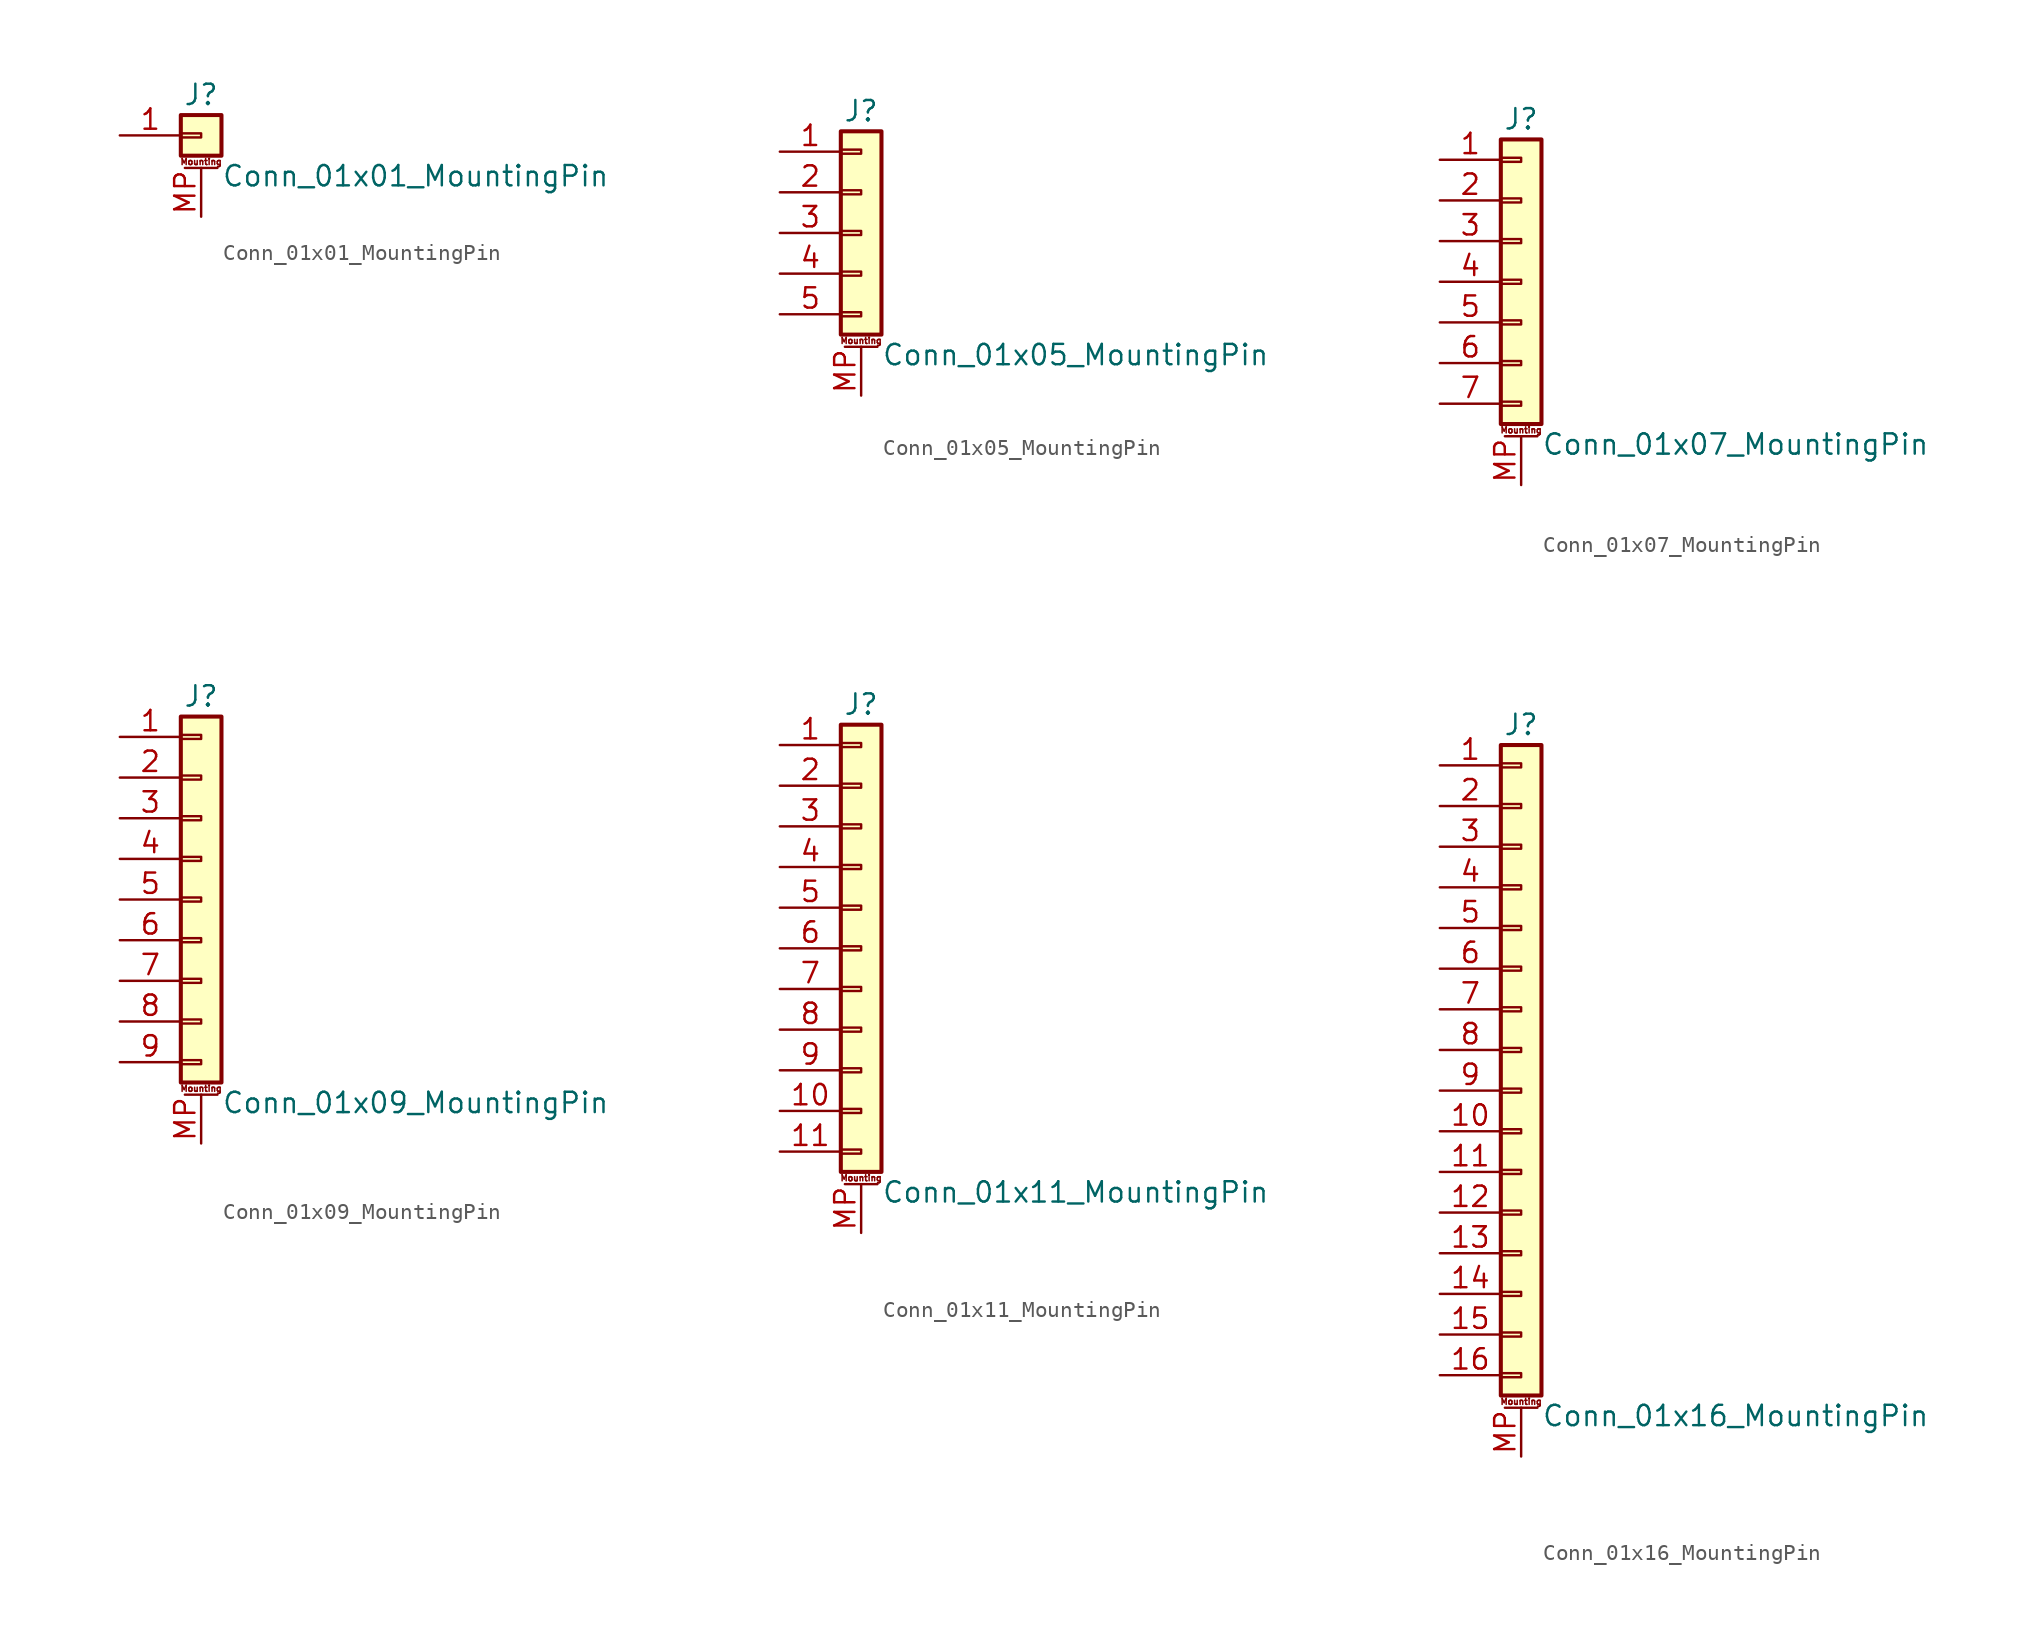
<source format=kicad_sym>
(kicad_symbol_lib
  (version 20220914)
  (generator kicad_symbol_editor)
  (symbol "Conn_01x01_MountingPin"
    (pin_names
      (offset 1.016) hide)
    (property "Reference" "J"
      (at 0 2.54 0)
      (effects (font (size 1.27 1.27))))
    (property "Value" "Conn_01x01_MountingPin"
      (at 1.27 -2.54 0)
      (effects (font (size 1.27 1.27)) (justify left)))
    (symbol "Conn_01x01_MountingPin_1_1"
      (rectangle (start -1.27 0.127) (end 0 -0.127) (stroke (width 0.152) (type default)) (fill (type none)))
      (rectangle (start -1.27 1.27) (end 1.27 -1.27) (stroke (width 0.254) (type default)) (fill (type background)))
      (polyline (pts (xy -1.016 -2.032) (xy 1.016 -2.032)) (stroke (width 0.152) (type default)) (fill (type none)))
      (text "Mounting" (at 0 -1.651 0) (effects (font (size 0.381 0.381))))
      (pin passive line (at -5.08 0 0) (length 3.81) (name "Pin_1" (effects (font (size 1.27 1.27)))) (number "1" (effects (font (size 1.27 1.27)))))
      (pin passive line (at 0 -5.08 90) (length 3.048) (name "MountPin" (effects (font (size 1.27 1.27)))) (number "MP" (effects (font (size 1.27 1.27)))))))
  (symbol "Conn_01x05_MountingPin"
    (pin_names
      (offset 1.016) hide)
    (property "Reference" "J"
      (at 0 7.62 0)
      (effects (font (size 1.27 1.27))))
    (property "Value" "Conn_01x05_MountingPin"
      (at 1.27 -7.62 0)
      (effects (font (size 1.27 1.27)) (justify left)))
    (symbol "Conn_01x05_MountingPin_1_1"
      (rectangle (start -1.27 -4.953) (end 0 -5.207) (stroke (width 0.152) (type default)) (fill (type none)))
      (rectangle (start -1.27 -2.413) (end 0 -2.667) (stroke (width 0.152) (type default)) (fill (type none)))
      (rectangle (start -1.27 0.127) (end 0 -0.127) (stroke (width 0.152) (type default)) (fill (type none)))
      (rectangle (start -1.27 2.667) (end 0 2.413) (stroke (width 0.152) (type default)) (fill (type none)))
      (rectangle (start -1.27 5.207) (end 0 4.953) (stroke (width 0.152) (type default)) (fill (type none)))
      (rectangle (start -1.27 6.35) (end 1.27 -6.35) (stroke (width 0.254) (type default)) (fill (type background)))
      (polyline (pts (xy -1.016 -7.112) (xy 1.016 -7.112)) (stroke (width 0.152) (type default)) (fill (type none)))
      (text "Mounting" (at 0 -6.731 0) (effects (font (size 0.381 0.381))))
      (pin passive line (at -5.08 5.08 0) (length 3.81) (name "Pin_1" (effects (font (size 1.27 1.27)))) (number "1" (effects (font (size 1.27 1.27)))))
      (pin passive line (at -5.08 2.54 0) (length 3.81) (name "Pin_2" (effects (font (size 1.27 1.27)))) (number "2" (effects (font (size 1.27 1.27)))))
      (pin passive line (at -5.08 0 0) (length 3.81) (name "Pin_3" (effects (font (size 1.27 1.27)))) (number "3" (effects (font (size 1.27 1.27)))))
      (pin passive line (at -5.08 -2.54 0) (length 3.81) (name "Pin_4" (effects (font (size 1.27 1.27)))) (number "4" (effects (font (size 1.27 1.27)))))
      (pin passive line (at -5.08 -5.08 0) (length 3.81) (name "Pin_5" (effects (font (size 1.27 1.27)))) (number "5" (effects (font (size 1.27 1.27)))))
      (pin passive line (at 0 -10.16 90) (length 3.048) (name "MountPin" (effects (font (size 1.27 1.27)))) (number "MP" (effects (font (size 1.27 1.27)))))))
  (symbol "Conn_01x07_MountingPin"
    (pin_names
      (offset 1.016) hide)
    (property "Reference" "J"
      (at 0 10.16 0)
      (effects (font (size 1.27 1.27))))
    (property "Value" "Conn_01x07_MountingPin"
      (at 1.27 -10.16 0)
      (effects (font (size 1.27 1.27)) (justify left)))
    (symbol "Conn_01x07_MountingPin_1_1"
      (rectangle (start -1.27 -7.493) (end 0 -7.747) (stroke (width 0.152) (type default)) (fill (type none)))
      (rectangle (start -1.27 -4.953) (end 0 -5.207) (stroke (width 0.152) (type default)) (fill (type none)))
      (rectangle (start -1.27 -2.413) (end 0 -2.667) (stroke (width 0.152) (type default)) (fill (type none)))
      (rectangle (start -1.27 0.127) (end 0 -0.127) (stroke (width 0.152) (type default)) (fill (type none)))
      (rectangle (start -1.27 2.667) (end 0 2.413) (stroke (width 0.152) (type default)) (fill (type none)))
      (rectangle (start -1.27 5.207) (end 0 4.953) (stroke (width 0.152) (type default)) (fill (type none)))
      (rectangle (start -1.27 7.747) (end 0 7.493) (stroke (width 0.152) (type default)) (fill (type none)))
      (rectangle (start -1.27 8.89) (end 1.27 -8.89) (stroke (width 0.254) (type default)) (fill (type background)))
      (polyline (pts (xy -1.016 -9.652) (xy 1.016 -9.652)) (stroke (width 0.152) (type default)) (fill (type none)))
      (text "Mounting" (at 0 -9.271 0) (effects (font (size 0.381 0.381))))
      (pin passive line (at -5.08 7.62 0) (length 3.81) (name "Pin_1" (effects (font (size 1.27 1.27)))) (number "1" (effects (font (size 1.27 1.27)))))
      (pin passive line (at -5.08 5.08 0) (length 3.81) (name "Pin_2" (effects (font (size 1.27 1.27)))) (number "2" (effects (font (size 1.27 1.27)))))
      (pin passive line (at -5.08 2.54 0) (length 3.81) (name "Pin_3" (effects (font (size 1.27 1.27)))) (number "3" (effects (font (size 1.27 1.27)))))
      (pin passive line (at -5.08 0 0) (length 3.81) (name "Pin_4" (effects (font (size 1.27 1.27)))) (number "4" (effects (font (size 1.27 1.27)))))
      (pin passive line (at -5.08 -2.54 0) (length 3.81) (name "Pin_5" (effects (font (size 1.27 1.27)))) (number "5" (effects (font (size 1.27 1.27)))))
      (pin passive line (at -5.08 -5.08 0) (length 3.81) (name "Pin_6" (effects (font (size 1.27 1.27)))) (number "6" (effects (font (size 1.27 1.27)))))
      (pin passive line (at -5.08 -7.62 0) (length 3.81) (name "Pin_7" (effects (font (size 1.27 1.27)))) (number "7" (effects (font (size 1.27 1.27)))))
      (pin passive line (at 0 -12.7 90) (length 3.048) (name "MountPin" (effects (font (size 1.27 1.27)))) (number "MP" (effects (font (size 1.27 1.27)))))))
  (symbol "Conn_01x09_MountingPin"
    (pin_names
      (offset 1.016) hide)
    (property "Reference" "J"
      (at 0 12.7 0)
      (effects (font (size 1.27 1.27))))
    (property "Value" "Conn_01x09_MountingPin"
      (at 1.27 -12.7 0)
      (effects (font (size 1.27 1.27)) (justify left)))
    (symbol "Conn_01x09_MountingPin_1_1"
      (rectangle (start -1.27 -10.033) (end 0 -10.287) (stroke (width 0.152) (type default)) (fill (type none)))
      (rectangle (start -1.27 -7.493) (end 0 -7.747) (stroke (width 0.152) (type default)) (fill (type none)))
      (rectangle (start -1.27 -4.953) (end 0 -5.207) (stroke (width 0.152) (type default)) (fill (type none)))
      (rectangle (start -1.27 -2.413) (end 0 -2.667) (stroke (width 0.152) (type default)) (fill (type none)))
      (rectangle (start -1.27 0.127) (end 0 -0.127) (stroke (width 0.152) (type default)) (fill (type none)))
      (rectangle (start -1.27 2.667) (end 0 2.413) (stroke (width 0.152) (type default)) (fill (type none)))
      (rectangle (start -1.27 5.207) (end 0 4.953) (stroke (width 0.152) (type default)) (fill (type none)))
      (rectangle (start -1.27 7.747) (end 0 7.493) (stroke (width 0.152) (type default)) (fill (type none)))
      (rectangle (start -1.27 10.287) (end 0 10.033) (stroke (width 0.152) (type default)) (fill (type none)))
      (rectangle (start -1.27 11.43) (end 1.27 -11.43) (stroke (width 0.254) (type default)) (fill (type background)))
      (polyline (pts (xy -1.016 -12.192) (xy 1.016 -12.192)) (stroke (width 0.152) (type default)) (fill (type none)))
      (text "Mounting" (at 0 -11.811 0) (effects (font (size 0.381 0.381))))
      (pin passive line (at -5.08 10.16 0) (length 3.81) (name "Pin_1" (effects (font (size 1.27 1.27)))) (number "1" (effects (font (size 1.27 1.27)))))
      (pin passive line (at -5.08 7.62 0) (length 3.81) (name "Pin_2" (effects (font (size 1.27 1.27)))) (number "2" (effects (font (size 1.27 1.27)))))
      (pin passive line (at -5.08 5.08 0) (length 3.81) (name "Pin_3" (effects (font (size 1.27 1.27)))) (number "3" (effects (font (size 1.27 1.27)))))
      (pin passive line (at -5.08 2.54 0) (length 3.81) (name "Pin_4" (effects (font (size 1.27 1.27)))) (number "4" (effects (font (size 1.27 1.27)))))
      (pin passive line (at -5.08 0 0) (length 3.81) (name "Pin_5" (effects (font (size 1.27 1.27)))) (number "5" (effects (font (size 1.27 1.27)))))
      (pin passive line (at -5.08 -2.54 0) (length 3.81) (name "Pin_6" (effects (font (size 1.27 1.27)))) (number "6" (effects (font (size 1.27 1.27)))))
      (pin passive line (at -5.08 -5.08 0) (length 3.81) (name "Pin_7" (effects (font (size 1.27 1.27)))) (number "7" (effects (font (size 1.27 1.27)))))
      (pin passive line (at -5.08 -7.62 0) (length 3.81) (name "Pin_8" (effects (font (size 1.27 1.27)))) (number "8" (effects (font (size 1.27 1.27)))))
      (pin passive line (at -5.08 -10.16 0) (length 3.81) (name "Pin_9" (effects (font (size 1.27 1.27)))) (number "9" (effects (font (size 1.27 1.27)))))
      (pin passive line (at 0 -15.24 90) (length 3.048) (name "MountPin" (effects (font (size 1.27 1.27)))) (number "MP" (effects (font (size 1.27 1.27)))))))
  (symbol "Conn_01x11_MountingPin"
    (pin_names
      (offset 1.016) hide)
    (property "Reference" "J"
      (at 0 15.24 0)
      (effects (font (size 1.27 1.27))))
    (property "Value" "Conn_01x11_MountingPin"
      (at 1.27 -15.24 0)
      (effects (font (size 1.27 1.27)) (justify left)))
    (symbol "Conn_01x11_MountingPin_1_1"
      (rectangle (start -1.27 -12.573) (end 0 -12.827) (stroke (width 0.152) (type default)) (fill (type none)))
      (rectangle (start -1.27 -10.033) (end 0 -10.287) (stroke (width 0.152) (type default)) (fill (type none)))
      (rectangle (start -1.27 -7.493) (end 0 -7.747) (stroke (width 0.152) (type default)) (fill (type none)))
      (rectangle (start -1.27 -4.953) (end 0 -5.207) (stroke (width 0.152) (type default)) (fill (type none)))
      (rectangle (start -1.27 -2.413) (end 0 -2.667) (stroke (width 0.152) (type default)) (fill (type none)))
      (rectangle (start -1.27 0.127) (end 0 -0.127) (stroke (width 0.152) (type default)) (fill (type none)))
      (rectangle (start -1.27 2.667) (end 0 2.413) (stroke (width 0.152) (type default)) (fill (type none)))
      (rectangle (start -1.27 5.207) (end 0 4.953) (stroke (width 0.152) (type default)) (fill (type none)))
      (rectangle (start -1.27 7.747) (end 0 7.493) (stroke (width 0.152) (type default)) (fill (type none)))
      (rectangle (start -1.27 10.287) (end 0 10.033) (stroke (width 0.152) (type default)) (fill (type none)))
      (rectangle (start -1.27 12.827) (end 0 12.573) (stroke (width 0.152) (type default)) (fill (type none)))
      (rectangle (start -1.27 13.97) (end 1.27 -13.97) (stroke (width 0.254) (type default)) (fill (type background)))
      (polyline (pts (xy -1.016 -14.732) (xy 1.016 -14.732)) (stroke (width 0.152) (type default)) (fill (type none)))
      (text "Mounting" (at 0 -14.351 0) (effects (font (size 0.381 0.381))))
      (pin passive line (at -5.08 12.7 0) (length 3.81) (name "Pin_1" (effects (font (size 1.27 1.27)))) (number "1" (effects (font (size 1.27 1.27)))))
      (pin passive line (at -5.08 -10.16 0) (length 3.81) (name "Pin_10" (effects (font (size 1.27 1.27)))) (number "10" (effects (font (size 1.27 1.27)))))
      (pin passive line (at -5.08 -12.7 0) (length 3.81) (name "Pin_11" (effects (font (size 1.27 1.27)))) (number "11" (effects (font (size 1.27 1.27)))))
      (pin passive line (at -5.08 10.16 0) (length 3.81) (name "Pin_2" (effects (font (size 1.27 1.27)))) (number "2" (effects (font (size 1.27 1.27)))))
      (pin passive line (at -5.08 7.62 0) (length 3.81) (name "Pin_3" (effects (font (size 1.27 1.27)))) (number "3" (effects (font (size 1.27 1.27)))))
      (pin passive line (at -5.08 5.08 0) (length 3.81) (name "Pin_4" (effects (font (size 1.27 1.27)))) (number "4" (effects (font (size 1.27 1.27)))))
      (pin passive line (at -5.08 2.54 0) (length 3.81) (name "Pin_5" (effects (font (size 1.27 1.27)))) (number "5" (effects (font (size 1.27 1.27)))))
      (pin passive line (at -5.08 0 0) (length 3.81) (name "Pin_6" (effects (font (size 1.27 1.27)))) (number "6" (effects (font (size 1.27 1.27)))))
      (pin passive line (at -5.08 -2.54 0) (length 3.81) (name "Pin_7" (effects (font (size 1.27 1.27)))) (number "7" (effects (font (size 1.27 1.27)))))
      (pin passive line (at -5.08 -5.08 0) (length 3.81) (name "Pin_8" (effects (font (size 1.27 1.27)))) (number "8" (effects (font (size 1.27 1.27)))))
      (pin passive line (at -5.08 -7.62 0) (length 3.81) (name "Pin_9" (effects (font (size 1.27 1.27)))) (number "9" (effects (font (size 1.27 1.27)))))
      (pin passive line (at 0 -17.78 90) (length 3.048) (name "MountPin" (effects (font (size 1.27 1.27)))) (number "MP" (effects (font (size 1.27 1.27)))))))
  (symbol "Conn_01x16_MountingPin"
    (pin_names
      (offset 1.016) hide)
    (property "Reference" "J"
      (at 0 20.32 0)
      (effects (font (size 1.27 1.27))))
    (property "Value" "Conn_01x16_MountingPin"
      (at 1.27 -22.86 0)
      (effects (font (size 1.27 1.27)) (justify left)))
    (symbol "Conn_01x16_MountingPin_1_1"
      (rectangle (start -1.27 -20.193) (end 0 -20.447) (stroke (width 0.152) (type default)) (fill (type none)))
      (rectangle (start -1.27 -17.653) (end 0 -17.907) (stroke (width 0.152) (type default)) (fill (type none)))
      (rectangle (start -1.27 -15.113) (end 0 -15.367) (stroke (width 0.152) (type default)) (fill (type none)))
      (rectangle (start -1.27 -12.573) (end 0 -12.827) (stroke (width 0.152) (type default)) (fill (type none)))
      (rectangle (start -1.27 -10.033) (end 0 -10.287) (stroke (width 0.152) (type default)) (fill (type none)))
      (rectangle (start -1.27 -7.493) (end 0 -7.747) (stroke (width 0.152) (type default)) (fill (type none)))
      (rectangle (start -1.27 -4.953) (end 0 -5.207) (stroke (width 0.152) (type default)) (fill (type none)))
      (rectangle (start -1.27 -2.413) (end 0 -2.667) (stroke (width 0.152) (type default)) (fill (type none)))
      (rectangle (start -1.27 0.127) (end 0 -0.127) (stroke (width 0.152) (type default)) (fill (type none)))
      (rectangle (start -1.27 2.667) (end 0 2.413) (stroke (width 0.152) (type default)) (fill (type none)))
      (rectangle (start -1.27 5.207) (end 0 4.953) (stroke (width 0.152) (type default)) (fill (type none)))
      (rectangle (start -1.27 7.747) (end 0 7.493) (stroke (width 0.152) (type default)) (fill (type none)))
      (rectangle (start -1.27 10.287) (end 0 10.033) (stroke (width 0.152) (type default)) (fill (type none)))
      (rectangle (start -1.27 12.827) (end 0 12.573) (stroke (width 0.152) (type default)) (fill (type none)))
      (rectangle (start -1.27 15.367) (end 0 15.113) (stroke (width 0.152) (type default)) (fill (type none)))
      (rectangle (start -1.27 17.907) (end 0 17.653) (stroke (width 0.152) (type default)) (fill (type none)))
      (rectangle (start -1.27 19.05) (end 1.27 -21.59) (stroke (width 0.254) (type default)) (fill (type background)))
      (polyline (pts (xy -1.016 -22.352) (xy 1.016 -22.352)) (stroke (width 0.152) (type default)) (fill (type none)))
      (text "Mounting" (at 0 -21.971 0) (effects (font (size 0.381 0.381))))
      (pin passive line (at -5.08 17.78 0) (length 3.81) (name "Pin_1" (effects (font (size 1.27 1.27)))) (number "1" (effects (font (size 1.27 1.27)))))
      (pin passive line (at -5.08 -5.08 0) (length 3.81) (name "Pin_10" (effects (font (size 1.27 1.27)))) (number "10" (effects (font (size 1.27 1.27)))))
      (pin passive line (at -5.08 -7.62 0) (length 3.81) (name "Pin_11" (effects (font (size 1.27 1.27)))) (number "11" (effects (font (size 1.27 1.27)))))
      (pin passive line (at -5.08 -10.16 0) (length 3.81) (name "Pin_12" (effects (font (size 1.27 1.27)))) (number "12" (effects (font (size 1.27 1.27)))))
      (pin passive line (at -5.08 -12.7 0) (length 3.81) (name "Pin_13" (effects (font (size 1.27 1.27)))) (number "13" (effects (font (size 1.27 1.27)))))
      (pin passive line (at -5.08 -15.24 0) (length 3.81) (name "Pin_14" (effects (font (size 1.27 1.27)))) (number "14" (effects (font (size 1.27 1.27)))))
      (pin passive line (at -5.08 -17.78 0) (length 3.81) (name "Pin_15" (effects (font (size 1.27 1.27)))) (number "15" (effects (font (size 1.27 1.27)))))
      (pin passive line (at -5.08 -20.32 0) (length 3.81) (name "Pin_16" (effects (font (size 1.27 1.27)))) (number "16" (effects (font (size 1.27 1.27)))))
      (pin passive line (at -5.08 15.24 0) (length 3.81) (name "Pin_2" (effects (font (size 1.27 1.27)))) (number "2" (effects (font (size 1.27 1.27)))))
      (pin passive line (at -5.08 12.7 0) (length 3.81) (name "Pin_3" (effects (font (size 1.27 1.27)))) (number "3" (effects (font (size 1.27 1.27)))))
      (pin passive line (at -5.08 10.16 0) (length 3.81) (name "Pin_4" (effects (font (size 1.27 1.27)))) (number "4" (effects (font (size 1.27 1.27)))))
      (pin passive line (at -5.08 7.62 0) (length 3.81) (name "Pin_5" (effects (font (size 1.27 1.27)))) (number "5" (effects (font (size 1.27 1.27)))))
      (pin passive line (at -5.08 5.08 0) (length 3.81) (name "Pin_6" (effects (font (size 1.27 1.27)))) (number "6" (effects (font (size 1.27 1.27)))))
      (pin passive line (at -5.08 2.54 0) (length 3.81) (name "Pin_7" (effects (font (size 1.27 1.27)))) (number "7" (effects (font (size 1.27 1.27)))))
      (pin passive line (at -5.08 0 0) (length 3.81) (name "Pin_8" (effects (font (size 1.27 1.27)))) (number "8" (effects (font (size 1.27 1.27)))))
      (pin passive line (at -5.08 -2.54 0) (length 3.81) (name "Pin_9" (effects (font (size 1.27 1.27)))) (number "9" (effects (font (size 1.27 1.27)))))
      (pin passive line (at 0 -25.4 90) (length 3.048) (name "MountPin" (effects (font (size 1.27 1.27)))) (number "MP" (effects (font (size 1.27 1.27))))))))
</source>
